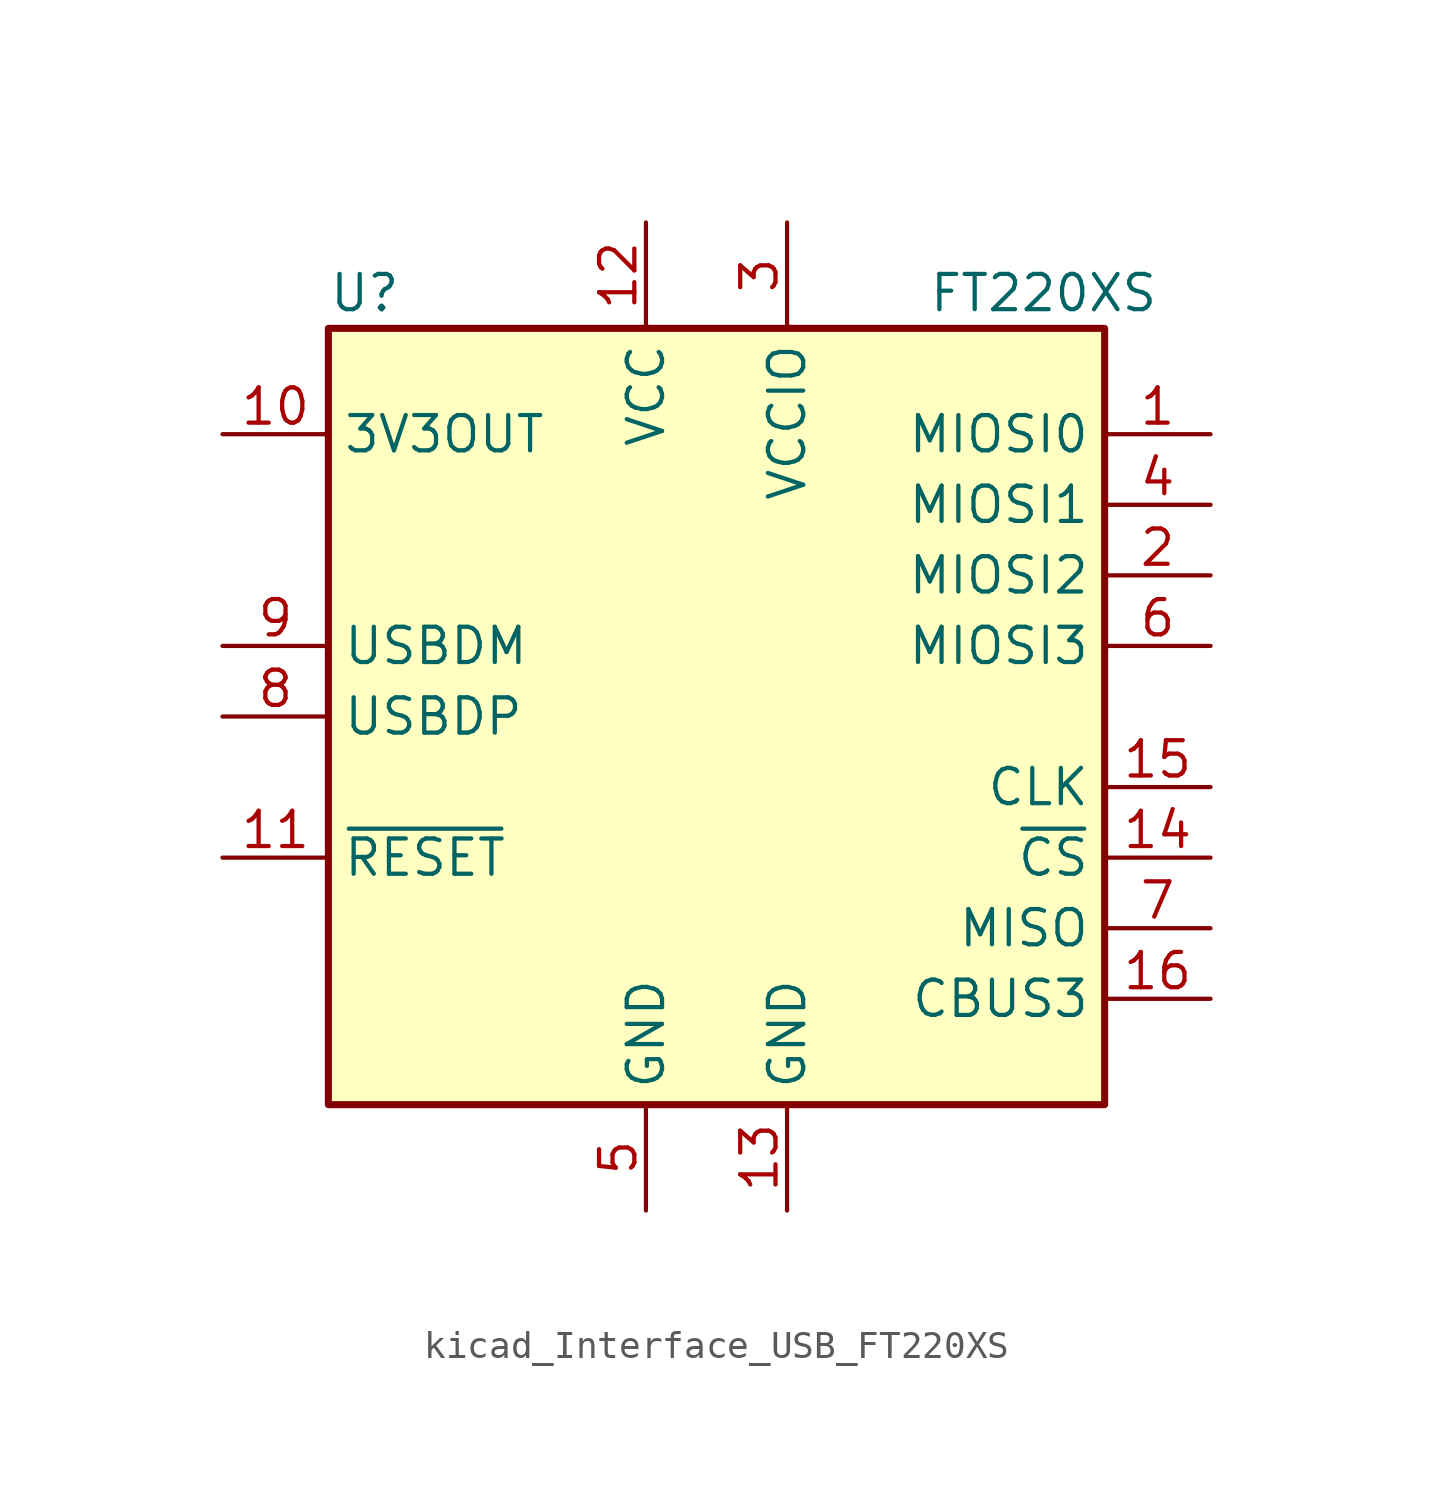
<source format=kicad_sym>
(kicad_symbol_lib
  (version 20220914)
  (generator kicad_symbol_editor)
  (symbol "kicad_Interface_USB_FT220XS"
    (property "Reference" "U"
      (at -13.97 15.24 0)
      (effects (font (size 1.27 1.27)) (justify left)))
    (property "Value" "FT220XS"
      (at 7.62 15.24 0)
      (effects (font (size 1.27 1.27)) (justify left)))
    (symbol "kicad_Interface_USB_FT220XS_0_1"
      (rectangle (start -13.97 13.97) (end 13.97 -13.97) (stroke (width 0.254) (type default)) (fill (type background))))
    (symbol "kicad_Interface_USB_FT220XS_1_1"
      (pin input line (at 17.78 10.16 180) (length 3.81) (name "MIOSI0" (effects (font (size 1.27 1.27)))) (number "1" (effects (font (size 1.27 1.27)))))
      (pin power_out line (at -17.78 10.16 0) (length 3.81) (name "3V3OUT" (effects (font (size 1.27 1.27)))) (number "10" (effects (font (size 1.27 1.27)))))
      (pin input line (at -17.78 -5.08 0) (length 3.81) (name "~{RESET}" (effects (font (size 1.27 1.27)))) (number "11" (effects (font (size 1.27 1.27)))))
      (pin power_in line (at -2.54 17.78 270) (length 3.81) (name "VCC" (effects (font (size 1.27 1.27)))) (number "12" (effects (font (size 1.27 1.27)))))
      (pin power_in line (at 2.54 -17.78 90) (length 3.81) (name "GND" (effects (font (size 1.27 1.27)))) (number "13" (effects (font (size 1.27 1.27)))))
      (pin input line (at 17.78 -5.08 180) (length 3.81) (name "~{CS}" (effects (font (size 1.27 1.27)))) (number "14" (effects (font (size 1.27 1.27)))))
      (pin input line (at 17.78 -2.54 180) (length 3.81) (name "CLK" (effects (font (size 1.27 1.27)))) (number "15" (effects (font (size 1.27 1.27)))))
      (pin bidirectional line (at 17.78 -10.16 180) (length 3.81) (name "CBUS3" (effects (font (size 1.27 1.27)))) (number "16" (effects (font (size 1.27 1.27)))))
      (pin input line (at 17.78 5.08 180) (length 3.81) (name "MIOSI2" (effects (font (size 1.27 1.27)))) (number "2" (effects (font (size 1.27 1.27)))))
      (pin power_in line (at 2.54 17.78 270) (length 3.81) (name "VCCIO" (effects (font (size 1.27 1.27)))) (number "3" (effects (font (size 1.27 1.27)))))
      (pin input line (at 17.78 7.62 180) (length 3.81) (name "MIOSI1" (effects (font (size 1.27 1.27)))) (number "4" (effects (font (size 1.27 1.27)))))
      (pin power_in line (at -2.54 -17.78 90) (length 3.81) (name "GND" (effects (font (size 1.27 1.27)))) (number "5" (effects (font (size 1.27 1.27)))))
      (pin input line (at 17.78 2.54 180) (length 3.81) (name "MIOSI3" (effects (font (size 1.27 1.27)))) (number "6" (effects (font (size 1.27 1.27)))))
      (pin input line (at 17.78 -7.62 180) (length 3.81) (name "MISO" (effects (font (size 1.27 1.27)))) (number "7" (effects (font (size 1.27 1.27)))))
      (pin bidirectional line (at -17.78 0 0) (length 3.81) (name "USBDP" (effects (font (size 1.27 1.27)))) (number "8" (effects (font (size 1.27 1.27)))))
      (pin bidirectional line (at -17.78 2.54 0) (length 3.81) (name "USBDM" (effects (font (size 1.27 1.27)))) (number "9" (effects (font (size 1.27 1.27))))))))
</source>
